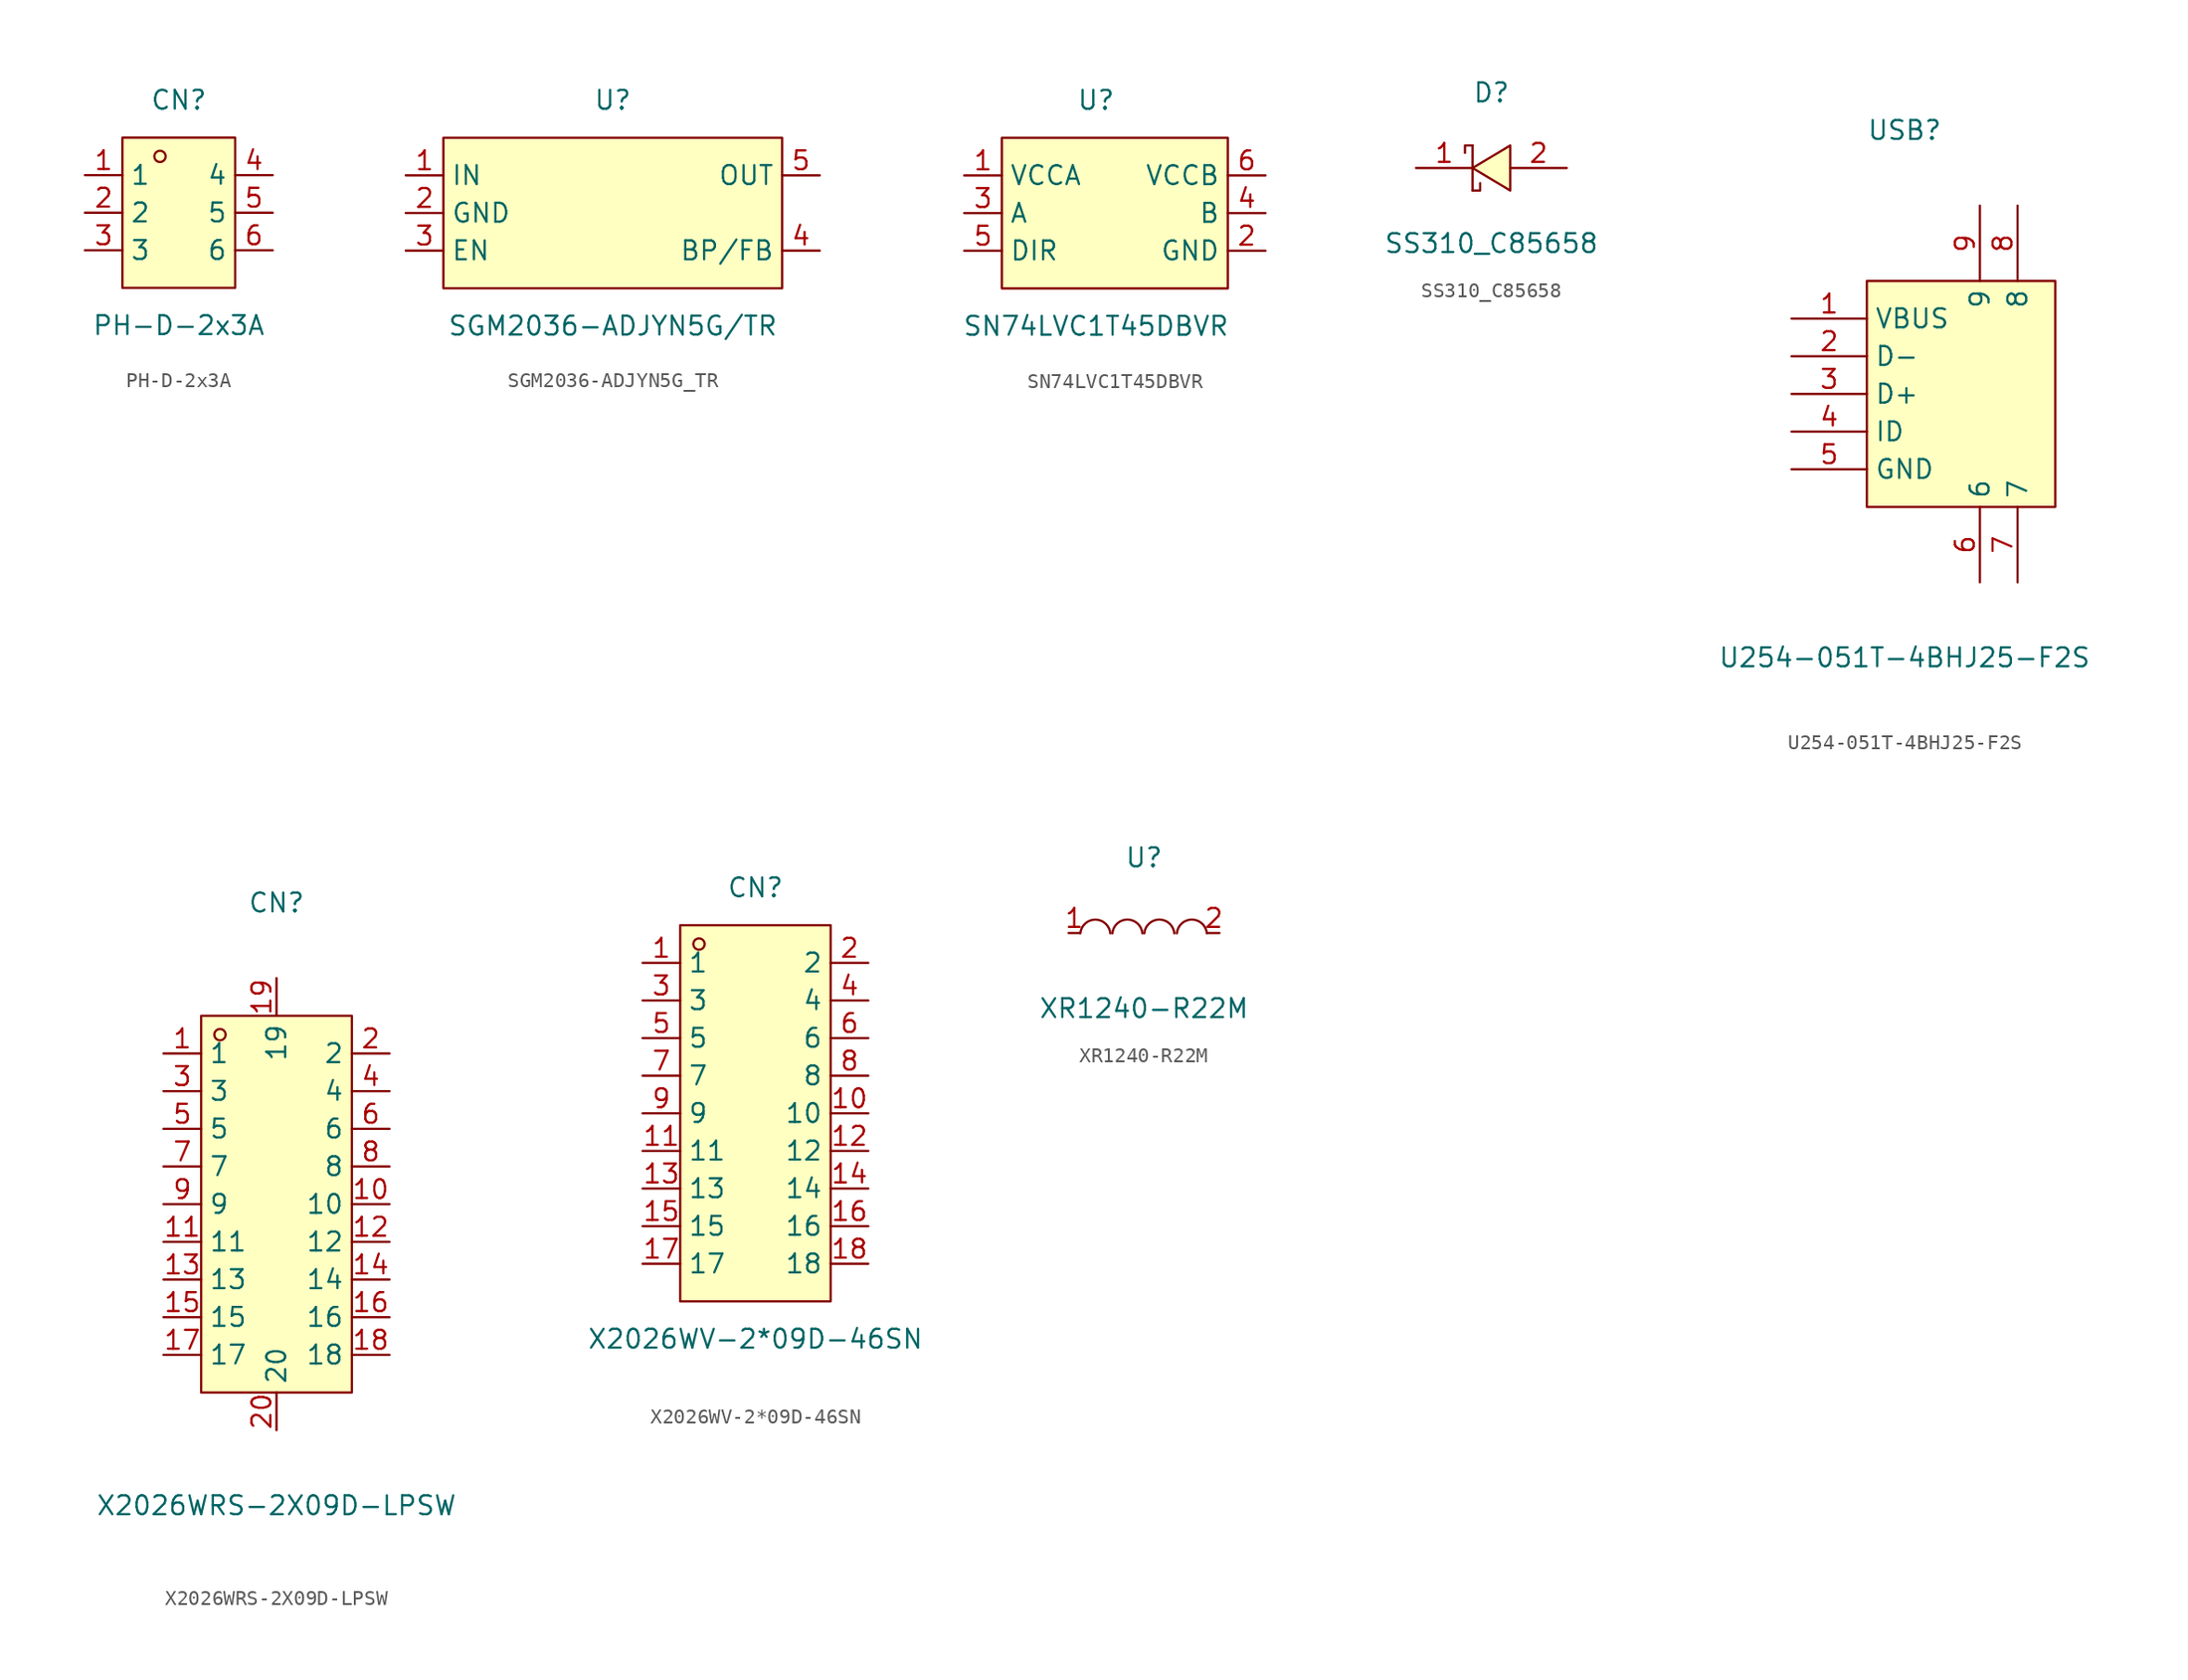
<source format=kicad_sym>
(kicad_symbol_lib
  (version 20220914)
  (generator https://github.com/uPesy/easyeda2kicad.py)
  (symbol "PH-D-2x3A"
    (property "Reference" "CN"
      (at 0 7.62 0)
      (effects (font (size 1.27 1.27))))
    (property "Value" "PH-D-2x3A"
      (at 0 -7.62 0)
      (effects (font (size 1.27 1.27))))
    (symbol "PH-D-2x3A_0_1"
      (rectangle (start -3.81 5.08) (end 3.81 -5.08) (stroke (width 0) (type default) (color 0 0 0 0)) (fill (type background)))
      (circle (center -1.27 3.81) (radius 0.38) (stroke (width 0) (type default) (color 0 0 0 0)) (fill (type none)))
      (pin unspecified line (at -6.35 2.54 0) (length 2.54) (name "1" (effects (font (size 1.27 1.27)))) (number "1" (effects (font (size 1.27 1.27)))))
      (pin unspecified line (at -6.35 -0.00 0) (length 2.54) (name "2" (effects (font (size 1.27 1.27)))) (number "2" (effects (font (size 1.27 1.27)))))
      (pin unspecified line (at -6.35 -2.54 0) (length 2.54) (name "3" (effects (font (size 1.27 1.27)))) (number "3" (effects (font (size 1.27 1.27)))))
      (pin unspecified line (at 6.35 2.54 180) (length 2.54) (name "4" (effects (font (size 1.27 1.27)))) (number "4" (effects (font (size 1.27 1.27)))))
      (pin unspecified line (at 6.35 -0.00 180) (length 2.54) (name "5" (effects (font (size 1.27 1.27)))) (number "5" (effects (font (size 1.27 1.27)))))
      (pin unspecified line (at 6.35 -2.54 180) (length 2.54) (name "6" (effects (font (size 1.27 1.27)))) (number "6" (effects (font (size 1.27 1.27)))))))
  (symbol "SGM2036-ADJYN5G_TR"
    (property "Reference" "U"
      (at 0 7.62 0)
      (effects (font (size 1.27 1.27))))
    (property "Value" "SGM2036-ADJYN5G/TR"
      (at 0 -7.62 0)
      (effects (font (size 1.27 1.27))))
    (symbol "SGM2036-ADJYN5G_TR_0_1"
      (rectangle (start -11.43 5.08) (end 11.43 -5.08) (stroke (width 0) (type default)) (fill (type background)))
      (pin unspecified line (at -13.97 2.54 0) (length 2.54) (name "IN" (effects (font (size 1.27 1.27)))) (number "1" (effects (font (size 1.27 1.27)))))
      (pin unspecified line (at -13.97 0 0) (length 2.54) (name "GND" (effects (font (size 1.27 1.27)))) (number "2" (effects (font (size 1.27 1.27)))))
      (pin unspecified line (at -13.97 -2.54 0) (length 2.54) (name "EN" (effects (font (size 1.27 1.27)))) (number "3" (effects (font (size 1.27 1.27)))))
      (pin unspecified line (at 13.97 -2.54 180) (length 2.54) (name "BP/FB" (effects (font (size 1.27 1.27)))) (number "4" (effects (font (size 1.27 1.27)))))
      (pin unspecified line (at 13.97 2.54 180) (length 2.54) (name "OUT" (effects (font (size 1.27 1.27)))) (number "5" (effects (font (size 1.27 1.27)))))))
  (symbol "SN74LVC1T45DBVR"
    (property "Reference" "U"
      (at 0 7.62 0)
      (effects (font (size 1.27 1.27))))
    (property "Value" "SN74LVC1T45DBVR"
      (at 0 -7.62 0)
      (effects (font (size 1.27 1.27))))
    (symbol "SN74LVC1T45DBVR_0_1"
      (rectangle (start -6.35 5.08) (end 8.89 -5.08) (stroke (width 0) (type default)) (fill (type background)))
      (pin unspecified line (at -8.89 2.54 0) (length 2.54) (name "VCCA" (effects (font (size 1.27 1.27)))) (number "1" (effects (font (size 1.27 1.27)))))
      (pin unspecified line (at 11.43 -2.54 180) (length 2.54) (name "GND" (effects (font (size 1.27 1.27)))) (number "2" (effects (font (size 1.27 1.27)))))
      (pin unspecified line (at -8.89 0 0) (length 2.54) (name "A" (effects (font (size 1.27 1.27)))) (number "3" (effects (font (size 1.27 1.27)))))
      (pin unspecified line (at 11.43 0 180) (length 2.54) (name "B" (effects (font (size 1.27 1.27)))) (number "4" (effects (font (size 1.27 1.27)))))
      (pin unspecified line (at -8.89 -2.54 0) (length 2.54) (name "DIR" (effects (font (size 1.27 1.27)))) (number "5" (effects (font (size 1.27 1.27)))))
      (pin unspecified line (at 11.43 2.54 180) (length 2.54) (name "VCCB" (effects (font (size 1.27 1.27)))) (number "6" (effects (font (size 1.27 1.27)))))))
  (symbol "SS310_C85658"
    (property "Reference" "D"
      (at 0 5.08 0)
      (effects (font (size 1.27 1.27))))
    (property "Value" "SS310_C85658"
      (at 0 -5.08 0)
      (effects (font (size 1.27 1.27))))
    (symbol "SS310_C85658_0_1"
      (polyline (pts (xy -1.27 -1.52) (xy -1.27 1.52)) (stroke (width 0) (type default)) (fill (type none)))
      (polyline (pts (xy -1.27 -1.52) (xy -0.76 -1.52) (xy -0.76 -1.02)) (stroke (width 0) (type default)) (fill (type none)))
      (polyline (pts (xy -1.27 1.52) (xy -1.78 1.52) (xy -1.78 1.02)) (stroke (width 0) (type default)) (fill (type none)))
      (polyline (pts (xy 1.27 1.52) (xy -1.27 0) (xy 1.27 -1.52) (xy 1.27 1.52)) (stroke (width 0) (type default)) (fill (type background)))
      (pin unspecified line (at -5.08 0 0) (length 3.81) (name "~" (effects (font (size 1.27 1.27)))) (number "1" (effects (font (size 1.27 1.27)))))
      (pin unspecified line (at 5.08 0 180) (length 3.81) (name "~" (effects (font (size 1.27 1.27)))) (number "2" (effects (font (size 1.27 1.27)))))))
  (symbol "U254-051T-4BHJ25-F2S"
    (property "Reference" "USB"
      (at 0 17.78 0)
      (effects (font (size 1.27 1.27))))
    (property "Value" "U254-051T-4BHJ25-F2S"
      (at 0 -17.78 0)
      (effects (font (size 1.27 1.27))))
    (symbol "U254-051T-4BHJ25-F2S_0_1"
      (rectangle (start -2.54 7.62) (end 10.16 -7.62) (stroke (width 0) (type default)) (fill (type background)))
      (pin unspecified line (at -7.62 5.08 0) (length 5.08) (name "VBUS" (effects (font (size 1.27 1.27)))) (number "1" (effects (font (size 1.27 1.27)))))
      (pin unspecified line (at -7.62 2.54 0) (length 5.08) (name "D-" (effects (font (size 1.27 1.27)))) (number "2" (effects (font (size 1.27 1.27)))))
      (pin unspecified line (at -7.62 0 0) (length 5.08) (name "D+" (effects (font (size 1.27 1.27)))) (number "3" (effects (font (size 1.27 1.27)))))
      (pin unspecified line (at -7.62 -2.54 0) (length 5.08) (name "ID" (effects (font (size 1.27 1.27)))) (number "4" (effects (font (size 1.27 1.27)))))
      (pin unspecified line (at -7.62 -5.08 0) (length 5.08) (name "GND" (effects (font (size 1.27 1.27)))) (number "5" (effects (font (size 1.27 1.27)))))
      (pin unspecified line (at 5.08 -12.7 90) (length 5.08) (name "6" (effects (font (size 1.27 1.27)))) (number "6" (effects (font (size 1.27 1.27)))))
      (pin unspecified line (at 7.62 -12.7 90) (length 5.08) (name "7" (effects (font (size 1.27 1.27)))) (number "7" (effects (font (size 1.27 1.27)))))
      (pin unspecified line (at 7.62 12.7 270) (length 5.08) (name "8" (effects (font (size 1.27 1.27)))) (number "8" (effects (font (size 1.27 1.27)))))
      (pin unspecified line (at 5.08 12.7 270) (length 5.08) (name "9" (effects (font (size 1.27 1.27)))) (number "9" (effects (font (size 1.27 1.27)))))))
  (symbol "X2026WRS-2X09D-LPSW"
    (property "Reference" "CN"
      (at 0 20.32 0)
      (effects (font (size 1.27 1.27))))
    (property "Value" "X2026WRS-2X09D-LPSW"
      (at 0 -20.32 0)
      (effects (font (size 1.27 1.27))))
    (symbol "X2026WRS-2X09D-LPSW_0_1"
      (rectangle (start -5.08 12.70) (end 5.08 -12.70) (stroke (width 0) (type default) (color 0 0 0 0)) (fill (type background)))
      (circle (center -3.81 11.43) (radius 0.38) (stroke (width 0) (type default) (color 0 0 0 0)) (fill (type none)))
      (pin unspecified line (at -7.62 10.16 0) (length 2.54) (name "1" (effects (font (size 1.27 1.27)))) (number "1" (effects (font (size 1.27 1.27)))))
      (pin unspecified line (at 7.62 -10.16 180) (length 2.54) (name "18" (effects (font (size 1.27 1.27)))) (number "18" (effects (font (size 1.27 1.27)))))
      (pin unspecified line (at -7.62 7.62 0) (length 2.54) (name "3" (effects (font (size 1.27 1.27)))) (number "3" (effects (font (size 1.27 1.27)))))
      (pin unspecified line (at 7.62 -7.62 180) (length 2.54) (name "16" (effects (font (size 1.27 1.27)))) (number "16" (effects (font (size 1.27 1.27)))))
      (pin unspecified line (at -7.62 5.08 0) (length 2.54) (name "5" (effects (font (size 1.27 1.27)))) (number "5" (effects (font (size 1.27 1.27)))))
      (pin unspecified line (at 7.62 -5.08 180) (length 2.54) (name "14" (effects (font (size 1.27 1.27)))) (number "14" (effects (font (size 1.27 1.27)))))
      (pin unspecified line (at -7.62 2.54 0) (length 2.54) (name "7" (effects (font (size 1.27 1.27)))) (number "7" (effects (font (size 1.27 1.27)))))
      (pin unspecified line (at 7.62 -2.54 180) (length 2.54) (name "12" (effects (font (size 1.27 1.27)))) (number "12" (effects (font (size 1.27 1.27)))))
      (pin unspecified line (at -7.62 -0.00 0) (length 2.54) (name "9" (effects (font (size 1.27 1.27)))) (number "9" (effects (font (size 1.27 1.27)))))
      (pin unspecified line (at 7.62 -0.00 180) (length 2.54) (name "10" (effects (font (size 1.27 1.27)))) (number "10" (effects (font (size 1.27 1.27)))))
      (pin unspecified line (at -7.62 -2.54 0) (length 2.54) (name "11" (effects (font (size 1.27 1.27)))) (number "11" (effects (font (size 1.27 1.27)))))
      (pin unspecified line (at 7.62 2.54 180) (length 2.54) (name "8" (effects (font (size 1.27 1.27)))) (number "8" (effects (font (size 1.27 1.27)))))
      (pin unspecified line (at -7.62 -5.08 0) (length 2.54) (name "13" (effects (font (size 1.27 1.27)))) (number "13" (effects (font (size 1.27 1.27)))))
      (pin unspecified line (at 7.62 5.08 180) (length 2.54) (name "6" (effects (font (size 1.27 1.27)))) (number "6" (effects (font (size 1.27 1.27)))))
      (pin unspecified line (at -7.62 -7.62 0) (length 2.54) (name "15" (effects (font (size 1.27 1.27)))) (number "15" (effects (font (size 1.27 1.27)))))
      (pin unspecified line (at 7.62 7.62 180) (length 2.54) (name "4" (effects (font (size 1.27 1.27)))) (number "4" (effects (font (size 1.27 1.27)))))
      (pin unspecified line (at -7.62 -10.16 0) (length 2.54) (name "17" (effects (font (size 1.27 1.27)))) (number "17" (effects (font (size 1.27 1.27)))))
      (pin unspecified line (at 7.62 10.16 180) (length 2.54) (name "2" (effects (font (size 1.27 1.27)))) (number "2" (effects (font (size 1.27 1.27)))))
      (pin unspecified line (at 0.00 15.24 270) (length 2.54) (name "19" (effects (font (size 1.27 1.27)))) (number "19" (effects (font (size 1.27 1.27)))))
      (pin unspecified line (at 0.00 -15.24 90) (length 2.54) (name "20" (effects (font (size 1.27 1.27)))) (number "20" (effects (font (size 1.27 1.27)))))))
  (symbol "X2026WV-2*09D-46SN"
    (property "Reference" "CN"
      (at 0 15.24 0)
      (effects (font (size 1.27 1.27))))
    (property "Value" "X2026WV-2*09D-46SN"
      (at 0 -15.24 0)
      (effects (font (size 1.27 1.27))))
    (symbol "X2026WV-2*09D-46SN_0_1"
      (rectangle (start -5.08 12.70) (end 5.08 -12.70) (stroke (width 0) (type default) (color 0 0 0 0)) (fill (type background)))
      (circle (center -3.81 11.43) (radius 0.38) (stroke (width 0) (type default) (color 0 0 0 0)) (fill (type none)))
      (pin unspecified line (at -7.62 10.16 0) (length 2.54) (name "1" (effects (font (size 1.27 1.27)))) (number "1" (effects (font (size 1.27 1.27)))))
      (pin unspecified line (at 7.62 -10.16 180) (length 2.54) (name "18" (effects (font (size 1.27 1.27)))) (number "18" (effects (font (size 1.27 1.27)))))
      (pin unspecified line (at -7.62 7.62 0) (length 2.54) (name "3" (effects (font (size 1.27 1.27)))) (number "3" (effects (font (size 1.27 1.27)))))
      (pin unspecified line (at 7.62 -7.62 180) (length 2.54) (name "16" (effects (font (size 1.27 1.27)))) (number "16" (effects (font (size 1.27 1.27)))))
      (pin unspecified line (at -7.62 5.08 0) (length 2.54) (name "5" (effects (font (size 1.27 1.27)))) (number "5" (effects (font (size 1.27 1.27)))))
      (pin unspecified line (at 7.62 -5.08 180) (length 2.54) (name "14" (effects (font (size 1.27 1.27)))) (number "14" (effects (font (size 1.27 1.27)))))
      (pin unspecified line (at -7.62 2.54 0) (length 2.54) (name "7" (effects (font (size 1.27 1.27)))) (number "7" (effects (font (size 1.27 1.27)))))
      (pin unspecified line (at 7.62 -2.54 180) (length 2.54) (name "12" (effects (font (size 1.27 1.27)))) (number "12" (effects (font (size 1.27 1.27)))))
      (pin unspecified line (at -7.62 -0.00 0) (length 2.54) (name "9" (effects (font (size 1.27 1.27)))) (number "9" (effects (font (size 1.27 1.27)))))
      (pin unspecified line (at 7.62 -0.00 180) (length 2.54) (name "10" (effects (font (size 1.27 1.27)))) (number "10" (effects (font (size 1.27 1.27)))))
      (pin unspecified line (at -7.62 -2.54 0) (length 2.54) (name "11" (effects (font (size 1.27 1.27)))) (number "11" (effects (font (size 1.27 1.27)))))
      (pin unspecified line (at 7.62 2.54 180) (length 2.54) (name "8" (effects (font (size 1.27 1.27)))) (number "8" (effects (font (size 1.27 1.27)))))
      (pin unspecified line (at -7.62 -5.08 0) (length 2.54) (name "13" (effects (font (size 1.27 1.27)))) (number "13" (effects (font (size 1.27 1.27)))))
      (pin unspecified line (at 7.62 5.08 180) (length 2.54) (name "6" (effects (font (size 1.27 1.27)))) (number "6" (effects (font (size 1.27 1.27)))))
      (pin unspecified line (at -7.62 -7.62 0) (length 2.54) (name "15" (effects (font (size 1.27 1.27)))) (number "15" (effects (font (size 1.27 1.27)))))
      (pin unspecified line (at 7.62 7.62 180) (length 2.54) (name "4" (effects (font (size 1.27 1.27)))) (number "4" (effects (font (size 1.27 1.27)))))
      (pin unspecified line (at -7.62 -10.16 0) (length 2.54) (name "17" (effects (font (size 1.27 1.27)))) (number "17" (effects (font (size 1.27 1.27)))))
      (pin unspecified line (at 7.62 10.16 180) (length 2.54) (name "2" (effects (font (size 1.27 1.27)))) (number "2" (effects (font (size 1.27 1.27)))))))
  (symbol "XR1240-R22M"
    (property "Reference" "U"
      (at 0 5.08 0)
      (effects (font (size 1.27 1.27))))
    (property "Value" "XR1240-R22M"
      (at 0 -5.08 0)
      (effects (font (size 1.27 1.27))))
    (symbol "XR1240-R22M_0_1"
      (arc (start -2.27 -0.02) (mid -3.28 0.9027) (end -4.29 -0.02) (stroke (width 0) (type default)) (fill (type none)))
      (arc (start -0.11 -0.02) (mid -1.12 0.9071) (end -2.13 -0.02) (stroke (width 0) (type default)) (fill (type none)))
      (arc (start 2.04 -0.02) (mid 1.03 0.9071) (end 0.02 -0.02) (stroke (width 0) (type default)) (fill (type none)))
      (arc (start 4.23 -0.02) (mid 3.22 0.9071) (end 2.21 -0.02) (stroke (width 0) (type default)) (fill (type none)))
      (pin passive line (at -5.08 0 0) (length 0.762) (name "~" (effects (font (size 1.27 1.27)))) (number "1" (effects (font (size 1.27 1.27)))))
      (pin unspecified line (at 5.08 0 180) (length 0.762) (name "~" (effects (font (size 1.27 1.27)))) (number "2" (effects (font (size 1.27 1.27))))))))
</source>
